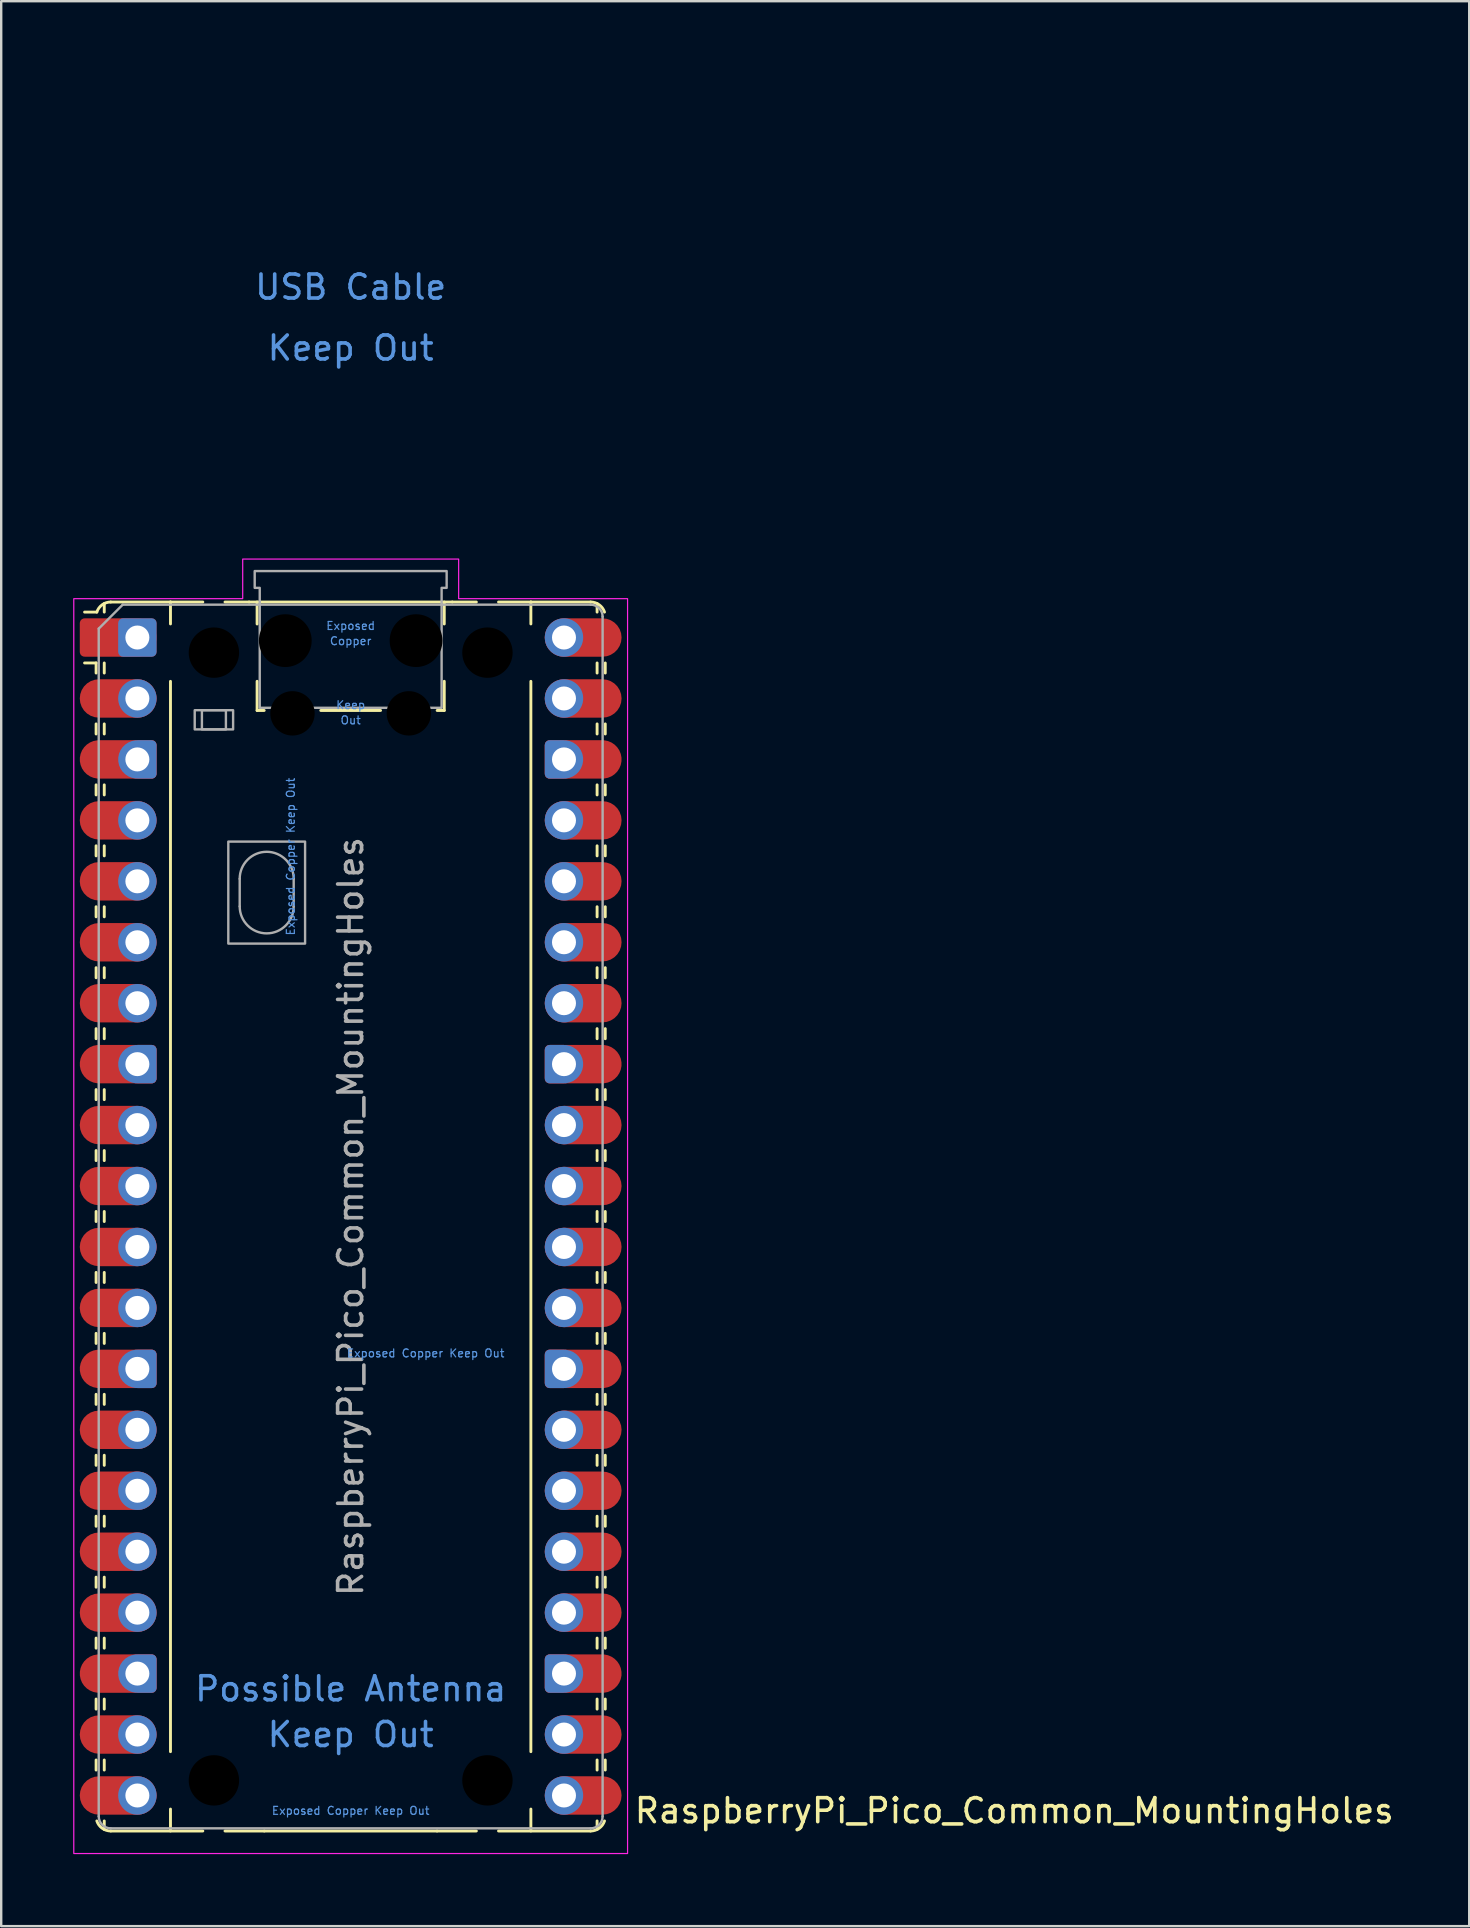
<source format=kicad_pcb>
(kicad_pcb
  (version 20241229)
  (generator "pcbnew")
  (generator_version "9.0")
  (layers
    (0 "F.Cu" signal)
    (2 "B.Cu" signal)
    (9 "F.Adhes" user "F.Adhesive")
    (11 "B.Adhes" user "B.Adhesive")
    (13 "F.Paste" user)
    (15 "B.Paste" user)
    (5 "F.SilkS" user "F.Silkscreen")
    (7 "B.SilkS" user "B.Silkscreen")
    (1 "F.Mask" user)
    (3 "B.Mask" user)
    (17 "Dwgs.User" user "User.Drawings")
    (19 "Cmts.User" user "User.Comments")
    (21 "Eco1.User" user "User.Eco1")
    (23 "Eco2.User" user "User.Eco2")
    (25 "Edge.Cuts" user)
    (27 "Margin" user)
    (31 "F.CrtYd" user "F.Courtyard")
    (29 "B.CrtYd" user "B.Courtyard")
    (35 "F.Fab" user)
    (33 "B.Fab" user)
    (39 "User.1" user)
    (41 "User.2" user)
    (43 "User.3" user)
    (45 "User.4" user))
  (footprint "RaspberryPi_Pico_Common_MountingHoles"
    (layer "F.Cu")
    (at 11.565 47.65)
    (property "Reference" "RaspberryPi_Pico_Common_MountingHoles" (at 11.748 24.765 0) (unlocked yes) (layer "F.SilkS") (effects (font (size 1 1) (thickness 0.15)) (justify left)))
    (attr through_hole)
    (fp_line (start -10.61 -23.07) (end -11.09 -23.07) (stroke (width 0.12) (type solid)) (layer "F.SilkS"))
    (fp_line (start -10.61 -23.07) (end -10.61 -22.65) (stroke (width 0.12) (type solid)) (layer "F.SilkS"))
    (fp_line (start -10.61 -20.53) (end -10.61 -20.11) (stroke (width 0.12) (type solid)) (layer "F.SilkS"))
    (fp_line (start -10.61 -17.99) (end -10.61 -17.57) (stroke (width 0.12) (type solid)) (layer "F.SilkS"))
    (fp_line (start -10.61 -15.45) (end -10.61 -15.03) (stroke (width 0.12) (type solid)) (layer "F.SilkS"))
    (fp_line (start -10.61 -12.91) (end -10.61 -12.49) (stroke (width 0.12) (type solid)) (layer "F.SilkS"))
    (fp_line (start -10.61 -10.37) (end -10.61 -9.95) (stroke (width 0.12) (type solid)) (layer "F.SilkS"))
    (fp_line (start -10.61 -7.83) (end -10.61 -7.41) (stroke (width 0.12) (type solid)) (layer "F.SilkS"))
    (fp_line (start -10.61 -5.29) (end -10.61 -4.87) (stroke (width 0.12) (type solid)) (layer "F.SilkS"))
    (fp_line (start -10.61 -2.75) (end -10.61 -2.33) (stroke (width 0.12) (type solid)) (layer "F.SilkS"))
    (fp_line (start -10.61 -0.21) (end -10.61 0.21) (stroke (width 0.12) (type solid)) (layer "F.SilkS"))
    (fp_line (start -10.61 2.33) (end -10.61 2.75) (stroke (width 0.12) (type solid)) (layer "F.SilkS"))
    (fp_line (start -10.61 4.87) (end -10.61 5.29) (stroke (width 0.12) (type solid)) (layer "F.SilkS"))
    (fp_line (start -10.61 7.41) (end -10.61 7.83) (stroke (width 0.12) (type solid)) (layer "F.SilkS"))
    (fp_line (start -10.61 9.95) (end -10.61 10.37) (stroke (width 0.12) (type solid)) (layer "F.SilkS"))
    (fp_line (start -10.61 12.49) (end -10.61 12.91) (stroke (width 0.12) (type solid)) (layer "F.SilkS"))
    (fp_line (start -10.61 15.03) (end -10.61 15.45) (stroke (width 0.12) (type solid)) (layer "F.SilkS"))
    (fp_line (start -10.61 17.57) (end -10.61 17.99) (stroke (width 0.12) (type solid)) (layer "F.SilkS"))
    (fp_line (start -10.61 20.11) (end -10.61 20.53) (stroke (width 0.12) (type solid)) (layer "F.SilkS"))
    (fp_line (start -10.61 22.65) (end -10.61 23.07) (stroke (width 0.12) (type solid)) (layer "F.SilkS"))
    (fp_line (start -10.58 -25.19) (end -11.09 -25.19) (stroke (width 0.12) (type solid)) (layer "F.SilkS"))
    (fp_line (start -10.27 -25.19) (end -10.27 -25.547) (stroke (width 0.12) (type solid)) (layer "F.SilkS"))
    (fp_line (start -10.27 -23.07) (end -10.27 -22.65) (stroke (width 0.12) (type solid)) (layer "F.SilkS"))
    (fp_line (start -10.27 -20.53) (end -10.27 -20.11) (stroke (width 0.12) (type solid)) (layer "F.SilkS"))
    (fp_line (start -10.27 -17.99) (end -10.27 -17.57) (stroke (width 0.12) (type solid)) (layer "F.SilkS"))
    (fp_line (start -10.27 -15.45) (end -10.27 -15.03) (stroke (width 0.12) (type solid)) (layer "F.SilkS"))
    (fp_line (start -10.27 -12.91) (end -10.27 -12.49) (stroke (width 0.12) (type solid)) (layer "F.SilkS"))
    (fp_line (start -10.27 -10.37) (end -10.27 -9.95) (stroke (width 0.12) (type solid)) (layer "F.SilkS"))
    (fp_line (start -10.27 -7.83) (end -10.27 -7.41) (stroke (width 0.12) (type solid)) (layer "F.SilkS"))
    (fp_line (start -10.27 -5.29) (end -10.27 -4.87) (stroke (width 0.12) (type solid)) (layer "F.SilkS"))
    (fp_line (start -10.27 -2.75) (end -10.27 -2.33) (stroke (width 0.12) (type solid)) (layer "F.SilkS"))
    (fp_line (start -10.27 -0.21) (end -10.27 0.21) (stroke (width 0.12) (type solid)) (layer "F.SilkS"))
    (fp_line (start -10.27 2.33) (end -10.27 2.75) (stroke (width 0.12) (type solid)) (layer "F.SilkS"))
    (fp_line (start -10.27 4.87) (end -10.27 5.29) (stroke (width 0.12) (type solid)) (layer "F.SilkS"))
    (fp_line (start -10.27 7.41) (end -10.27 7.83) (stroke (width 0.12) (type solid)) (layer "F.SilkS"))
    (fp_line (start -10.27 9.95) (end -10.27 10.37) (stroke (width 0.12) (type solid)) (layer "F.SilkS"))
    (fp_line (start -10.27 12.49) (end -10.27 12.91) (stroke (width 0.12) (type solid)) (layer "F.SilkS"))
    (fp_line (start -10.27 15.03) (end -10.27 15.45) (stroke (width 0.12) (type solid)) (layer "F.SilkS"))
    (fp_line (start -10.27 17.57) (end -10.27 17.99) (stroke (width 0.12) (type solid)) (layer "F.SilkS"))
    (fp_line (start -10.27 20.11) (end -10.27 20.53) (stroke (width 0.12) (type solid)) (layer "F.SilkS"))
    (fp_line (start -10.27 22.65) (end -10.27 23.07) (stroke (width 0.12) (type solid)) (layer "F.SilkS"))
    (fp_line (start -10.27 25.19) (end -10.27 25.547) (stroke (width 0.12) (type solid)) (layer "F.SilkS"))
    (fp_line (start -10 -25.61) (end -7.51 -25.61) (stroke (width 0.12) (type solid)) (layer "F.SilkS"))
    (fp_line (start -10 25.61) (end -6.162 25.61) (stroke (width 0.12) (type solid)) (layer "F.SilkS"))
    (fp_line (start -7.51 -25.61) (end -7.51 -24.696) (stroke (width 0.12) (type solid)) (layer "F.SilkS"))
    (fp_line (start -7.51 -25.61) (end -6.162 -25.61) (stroke (width 0.12) (type solid)) (layer "F.SilkS"))
    (fp_line (start -7.51 -22.304) (end -7.51 22.304) (stroke (width 0.12) (type solid)) (layer "F.SilkS"))
    (fp_line (start -7.51 24.696) (end -7.51 25.61) (stroke (width 0.12) (type solid)) (layer "F.SilkS"))
    (fp_line (start -5.238 -25.61) (end -4.235 -25.61) (stroke (width 0.12) (type solid)) (layer "F.SilkS"))
    (fp_line (start -4.235 -25.61) (end 4.235 -25.61) (stroke (width 0.12) (type solid)) (layer "F.SilkS"))
    (fp_line (start -3.9 -25.61) (end -3.9 -24.694) (stroke (width 0.12) (type solid)) (layer "F.SilkS"))
    (fp_line (start -3.9 -22.306) (end -3.9 -21.09) (stroke (width 0.12) (type solid)) (layer "F.SilkS"))
    (fp_line (start -3.9 -21.09) (end -3.604 -21.09) (stroke (width 0.12) (type solid)) (layer "F.SilkS"))
    (fp_line (start -3.6 25.61) (end -5.238 25.61) (stroke (width 0.12) (type solid)) (layer "F.SilkS"))
    (fp_line (start -1.246 -21.09) (end 1.246 -21.09) (stroke (width 0.12) (type solid)) (layer "F.SilkS"))
    (fp_line (start 3.6 25.61) (end -3.6 25.61) (stroke (width 0.12) (type solid)) (layer "F.SilkS"))
    (fp_line (start 3.604 -21.09) (end 3.9 -21.09) (stroke (width 0.12) (type solid)) (layer "F.SilkS"))
    (fp_line (start 3.9 -25.61) (end 3.9 -24.694) (stroke (width 0.12) (type solid)) (layer "F.SilkS"))
    (fp_line (start 3.9 -22.306) (end 3.9 -21.09) (stroke (width 0.12) (type solid)) (layer "F.SilkS"))
    (fp_line (start 4.235 -25.61) (end 5.238 -25.61) (stroke (width 0.12) (type solid)) (layer "F.SilkS"))
    (fp_line (start 5.238 25.61) (end 3.6 25.61) (stroke (width 0.12) (type solid)) (layer "F.SilkS"))
    (fp_line (start 6.162 -25.61) (end 7.51 -25.61) (stroke (width 0.12) (type solid)) (layer "F.SilkS"))
    (fp_line (start 6.162 25.61) (end 10 25.61) (stroke (width 0.12) (type solid)) (layer "F.SilkS"))
    (fp_line (start 7.51 -25.61) (end 7.51 -24.696) (stroke (width 0.12) (type solid)) (layer "F.SilkS"))
    (fp_line (start 7.51 -22.304) (end 7.51 22.304) (stroke (width 0.12) (type solid)) (layer "F.SilkS"))
    (fp_line (start 7.51 24.696) (end 7.51 25.61) (stroke (width 0.12) (type solid)) (layer "F.SilkS"))
    (fp_line (start 10 -25.61) (end 7.51 -25.61) (stroke (width 0.12) (type solid)) (layer "F.SilkS"))
    (fp_line (start 10.27 -25.19) (end 10.27 -25.547) (stroke (width 0.12) (type solid)) (layer "F.SilkS"))
    (fp_line (start 10.27 -23.07) (end 10.27 -22.65) (stroke (width 0.12) (type solid)) (layer "F.SilkS"))
    (fp_line (start 10.27 -20.53) (end 10.27 -20.11) (stroke (width 0.12) (type solid)) (layer "F.SilkS"))
    (fp_line (start 10.27 -17.99) (end 10.27 -17.57) (stroke (width 0.12) (type solid)) (layer "F.SilkS"))
    (fp_line (start 10.27 -15.45) (end 10.27 -15.03) (stroke (width 0.12) (type solid)) (layer "F.SilkS"))
    (fp_line (start 10.27 -12.91) (end 10.27 -12.49) (stroke (width 0.12) (type solid)) (layer "F.SilkS"))
    (fp_line (start 10.27 -10.37) (end 10.27 -9.95) (stroke (width 0.12) (type solid)) (layer "F.SilkS"))
    (fp_line (start 10.27 -7.83) (end 10.27 -7.41) (stroke (width 0.12) (type solid)) (layer "F.SilkS"))
    (fp_line (start 10.27 -5.29) (end 10.27 -4.87) (stroke (width 0.12) (type solid)) (layer "F.SilkS"))
    (fp_line (start 10.27 -2.75) (end 10.27 -2.33) (stroke (width 0.12) (type solid)) (layer "F.SilkS"))
    (fp_line (start 10.27 -0.21) (end 10.27 0.21) (stroke (width 0.12) (type solid)) (layer "F.SilkS"))
    (fp_line (start 10.27 2.33) (end 10.27 2.75) (stroke (width 0.12) (type solid)) (layer "F.SilkS"))
    (fp_line (start 10.27 4.87) (end 10.27 5.29) (stroke (width 0.12) (type solid)) (layer "F.SilkS"))
    (fp_line (start 10.27 7.41) (end 10.27 7.83) (stroke (width 0.12) (type solid)) (layer "F.SilkS"))
    (fp_line (start 10.27 9.95) (end 10.27 10.37) (stroke (width 0.12) (type solid)) (layer "F.SilkS"))
    (fp_line (start 10.27 12.49) (end 10.27 12.91) (stroke (width 0.12) (type solid)) (layer "F.SilkS"))
    (fp_line (start 10.27 15.03) (end 10.27 15.45) (stroke (width 0.12) (type solid)) (layer "F.SilkS"))
    (fp_line (start 10.27 17.57) (end 10.27 17.99) (stroke (width 0.12) (type solid)) (layer "F.SilkS"))
    (fp_line (start 10.27 20.11) (end 10.27 20.53) (stroke (width 0.12) (type solid)) (layer "F.SilkS"))
    (fp_line (start 10.27 22.65) (end 10.27 23.07) (stroke (width 0.12) (type solid)) (layer "F.SilkS"))
    (fp_line (start 10.27 25.19) (end 10.27 25.547) (stroke (width 0.12) (type solid)) (layer "F.SilkS"))
    (fp_line (start 10.61 -23.07) (end 10.61 -22.65) (stroke (width 0.12) (type solid)) (layer "F.SilkS"))
    (fp_line (start 10.61 -20.53) (end 10.61 -20.11) (stroke (width 0.12) (type solid)) (layer "F.SilkS"))
    (fp_line (start 10.61 -17.99) (end 10.61 -17.57) (stroke (width 0.12) (type solid)) (layer "F.SilkS"))
    (fp_line (start 10.61 -15.45) (end 10.61 -15.03) (stroke (width 0.12) (type solid)) (layer "F.SilkS"))
    (fp_line (start 10.61 -12.91) (end 10.61 -12.49) (stroke (width 0.12) (type solid)) (layer "F.SilkS"))
    (fp_line (start 10.61 -10.37) (end 10.61 -9.95) (stroke (width 0.12) (type solid)) (layer "F.SilkS"))
    (fp_line (start 10.61 -7.83) (end 10.61 -7.41) (stroke (width 0.12) (type solid)) (layer "F.SilkS"))
    (fp_line (start 10.61 -5.29) (end 10.61 -4.87) (stroke (width 0.12) (type solid)) (layer "F.SilkS"))
    (fp_line (start 10.61 -2.75) (end 10.61 -2.33) (stroke (width 0.12) (type solid)) (layer "F.SilkS"))
    (fp_line (start 10.61 -0.21) (end 10.61 0.21) (stroke (width 0.12) (type solid)) (layer "F.SilkS"))
    (fp_line (start 10.61 2.33) (end 10.61 2.75) (stroke (width 0.12) (type solid)) (layer "F.SilkS"))
    (fp_line (start 10.61 4.87) (end 10.61 5.29) (stroke (width 0.12) (type solid)) (layer "F.SilkS"))
    (fp_line (start 10.61 7.41) (end 10.61 7.83) (stroke (width 0.12) (type solid)) (layer "F.SilkS"))
    (fp_line (start 10.61 9.95) (end 10.61 10.37) (stroke (width 0.12) (type solid)) (layer "F.SilkS"))
    (fp_line (start 10.61 12.49) (end 10.61 12.91) (stroke (width 0.12) (type solid)) (layer "F.SilkS"))
    (fp_line (start 10.61 15.03) (end 10.61 15.45) (stroke (width 0.12) (type solid)) (layer "F.SilkS"))
    (fp_line (start 10.61 17.57) (end 10.61 17.99) (stroke (width 0.12) (type solid)) (layer "F.SilkS"))
    (fp_line (start 10.61 20.11) (end 10.61 20.53) (stroke (width 0.12) (type solid)) (layer "F.SilkS"))
    (fp_line (start 10.61 22.65) (end 10.61 23.07) (stroke (width 0.12) (type solid)) (layer "F.SilkS"))
    (fp_arc (start -10.579676 -25.19) (mid -10.357938 -25.493944) (end -10 -25.61) (stroke (width 0.12) (type solid)) (layer "F.SilkS"))
    (fp_arc (start -10 25.61) (mid -10.357937 25.493944) (end -10.579676 25.189937) (stroke (width 0.12) (type solid)) (layer "F.SilkS"))
    (fp_arc (start 10 -25.61) (mid 10.357937 -25.493944) (end 10.579676 -25.189937) (stroke (width 0.12) (type solid)) (layer "F.SilkS"))
    (fp_arc (start 10.579676 25.189937) (mid 10.357946 25.493957) (end 10 25.61) (stroke (width 0.12) (type solid)) (layer "F.SilkS"))
    (fp_poly (pts (xy -4.5 -27.4) (xy 4.5 -27.4) (xy 4.5 -25.75) (xy 11.54 -25.75) (xy 11.54 26.55) (xy -11.54 26.55) (xy -11.54 -25.75) (xy -4.5 -25.75)) (stroke (width 0.05) (type solid)) (fill no) (layer "F.CrtYd"))
    (fp_line (start -10.5 -24.5) (end -9.5 -25.5) (stroke (width 0.1) (type solid)) (layer "F.Fab"))
    (fp_line (start -10.5 25) (end -10.5 -24.5) (stroke (width 0.1) (type solid)) (layer "F.Fab"))
    (fp_line (start -9.5 -25.5) (end 10 -25.5) (stroke (width 0.1) (type solid)) (layer "F.Fab"))
    (fp_line (start -4.625 -14.075) (end -4.625 -12.925) (stroke (width 0.1) (type solid)) (layer "F.Fab"))
    (fp_line (start -2.375 -14.075) (end -2.375 -12.925) (stroke (width 0.1) (type solid)) (layer "F.Fab"))
    (fp_line (start 10 25.5) (end -10 25.5) (stroke (width 0.1) (type solid)) (layer "F.Fab"))
    (fp_line (start 10.5 -25) (end 10.5 25) (stroke (width 0.1) (type solid)) (layer "F.Fab"))
    (fp_rect (start -6.5 -21.1) (end -4.9 -20.3) (stroke (width 0.1) (type solid)) (fill no) (layer "F.Fab"))
    (fp_rect (start -6.2 -21.1) (end -5.2 -20.3) (stroke (width 0.1) (type solid)) (fill no) (layer "F.Fab"))
    (fp_rect (start -5.1 -15.625) (end -1.9 -11.375) (stroke (width 0.1) (type solid)) (fill no) (layer "F.Fab"))
    (fp_arc (start -10 25.5) (mid -10.353553 25.353553) (end -10.5 25) (stroke (width 0.1) (type solid)) (layer "F.Fab"))
    (fp_arc (start -4.625 -14.075) (mid -3.5 -15.2) (end -2.375 -14.075) (stroke (width 0.1) (type solid)) (layer "F.Fab"))
    (fp_arc (start -2.375 -12.925) (mid -3.5 -11.8) (end -4.625 -12.925) (stroke (width 0.1) (type solid)) (layer "F.Fab"))
    (fp_arc (start 10 -25.5) (mid 10.353553 -25.353553) (end 10.5 -25) (stroke (width 0.1) (type solid)) (layer "F.Fab"))
    (fp_arc (start 10.5 25) (mid 10.353553 25.353553) (end 10 25.5) (stroke (width 0.1) (type solid)) (layer "F.Fab"))
    (fp_poly (pts (xy 3.79 -21.2) (xy 3.79 -26.2) (xy 4 -26.2) (xy 4 -26.9) (xy -4 -26.9) (xy -4 -26.2) (xy -3.79 -26.2) (xy -3.79 -21.2)) (stroke (width 0.1) (type solid)) (fill no) (layer "F.Fab"))
    (fp_text user "Exposed Copper Keep Out" (at 0 24.765 0) (unlocked yes) (layer "Cmts.User") (effects (font (size 0.333 0.333) (thickness 0.05))))
    (fp_text user "Keep Out" (at 0 21.59 0) (unlocked yes) (layer "Cmts.User") (effects (font (size 1 1) (thickness 0.15))))
    (fp_text user "Possible Antenna" (at 0 19.685 0) (unlocked yes) (layer "Cmts.User") (effects (font (size 1 1) (thickness 0.15))))
    (fp_text user "Exposed Copper Keep Out" (at -2.5 -15 90) (unlocked yes) (layer "Cmts.User") (effects (font (size 0.333 0.333) (thickness 0.05))))
    (fp_text user "Exposed" (at 0 -24.617 0) (unlocked yes) (layer "Cmts.User") (effects (font (size 0.333 0.333) (thickness 0.05))))
    (fp_text user "Out" (at 0 -20.683 0) (unlocked yes) (layer "Cmts.User") (effects (font (size 0.333 0.333) (thickness 0.05))))
    (fp_text user "Exposed Copper Keep Out" (at 3.124 5.7 0) (unlocked yes) (layer "Cmts.User") (effects (font (size 0.333 0.333) (thickness 0.05))))
    (fp_text user "Keep" (at 0 -21.317 0) (unlocked yes) (layer "Cmts.User") (effects (font (size 0.333 0.333) (thickness 0.05))))
    (fp_text user "Copper" (at 0 -23.983 0) (unlocked yes) (layer "Cmts.User") (effects (font (size 0.333 0.333) (thickness 0.05))))
    (fp_text user "Keep Out" (at 0 -36.195 0) (unlocked yes) (layer "Cmts.User") (effects (font (size 1 1) (thickness 0.15))))
    (fp_text user "USB Cable" (at 0 -38.735 0) (unlocked yes) (layer "Cmts.User") (effects (font (size 1 1) (thickness 0.15))))
    (fp_text user "${REFERENCE}" (at 0 0 90) (layer "F.Fab") (effects (font (size 1 1) (thickness 0.15))))
    (pad "" np_thru_hole circle (at -5.7 -23.5) (size 3.8 3.8) (drill 2.1) (layers "*.Mask"))
    (pad "" np_thru_hole circle (at -5.7 23.5) (size 3.8 3.8) (drill 2.1) (layers "*.Mask"))
    (pad "" np_thru_hole circle (at -2.725 -24) (size 2.2 2.2) (drill 2.2) (layers "*.Mask"))
    (pad "" np_thru_hole circle (at -2.425 -20.97) (size 1.85 1.85) (drill 1.85) (layers "*.Mask"))
    (pad "" np_thru_hole circle (at 2.425 -20.97) (size 1.85 1.85) (drill 1.85) (layers "*.Mask"))
    (pad "" np_thru_hole circle (at 2.725 -24) (size 2.2 2.2) (drill 2.2) (layers "*.Mask"))
    (pad "" np_thru_hole circle (at 5.7 -23.5) (size 3.8 3.8) (drill 2.1) (layers "*.Mask"))
    (pad "" np_thru_hole circle (at 5.7 23.5) (size 3.8 3.8) (drill 2.1) (layers "*.Mask"))
    (pad "1" thru_hole roundrect (at -8.89 -24.13) (size 1.6 1.6) (drill 1) (layers "*.Cu" "*.Mask") (roundrect_rratio 0.125))
    (pad "1" smd custom (at -8.89 -24.13) (size 1.6 1.6) (layers "F.Cu" "F.Mask") (options (anchor circle)) (primitives (gr_poly (pts (xy -2.4 0.6) (xy -2.4 -0.6) (xy -2.2 -0.8) (xy 0 -0.8) (xy 0 0.8) (xy -2.2 0.8)) (width 0) (fill yes)) (gr_circle (center -2.2 0.6) (end -2 0.6) (width 0) (fill yes)) (gr_circle (center -2.2 -0.6) (end -2 -0.6) (width 0) (fill yes))))
    (pad "2" thru_hole circle (at -8.89 -21.59) (size 1.6 1.6) (drill 1) (layers "*.Cu" "*.Mask"))
    (pad "2" smd roundrect (at -8.89 -21.59) (size 3.2 1.6) (drill (offset -0.8 0)) (layers "F.Cu" "F.Mask") (roundrect_rratio 0.5))
    (pad "3" smd custom (at -8.89 -19.05) (size 1.6 1.6) (layers "F.Cu" "F.Mask") (options (anchor circle)) (primitives (gr_poly (pts (xy 0.8 -0.6) (xy 0.8 0.6) (xy 0.6 0.8) (xy -1.6 0.8) (xy -1.6 -0.8) (xy 0.6 -0.8)) (width 0) (fill yes)) (gr_circle (center 0.6 0.6) (end 0.8 0.6) (width 0) (fill yes)) (gr_circle (center 0.6 -0.6) (end 0.8 -0.6) (width 0) (fill yes)) (gr_circle (center -1.6 0) (end -0.8 0) (width 0) (fill yes))))
    (pad "3" thru_hole custom (at -8.89 -19.05) (size 1.6 1.6) (drill 1) (layers "*.Cu" "*.Mask") (options (anchor circle)) (primitives (gr_poly (pts (xy 0.8 0.6) (xy 0.8 -0.6) (xy 0.6 -0.8) (xy 0 -0.8) (xy 0 0.8) (xy 0.6 0.8)) (width 0) (fill yes)) (gr_circle (center 0.6 0.6) (end 0.8 0.6) (width 0) (fill yes)) (gr_circle (center 0.6 -0.6) (end 0.8 -0.6) (width 0) (fill yes))))
    (pad "4" thru_hole circle (at -8.89 -16.51) (size 1.6 1.6) (drill 1) (layers "*.Cu" "*.Mask"))
    (pad "4" smd roundrect (at -8.89 -16.51) (size 3.2 1.6) (drill (offset -0.8 0)) (layers "F.Cu" "F.Mask") (roundrect_rratio 0.5))
    (pad "5" thru_hole circle (at -8.89 -13.97) (size 1.6 1.6) (drill 1) (layers "*.Cu" "*.Mask"))
    (pad "5" smd roundrect (at -8.89 -13.97) (size 3.2 1.6) (drill (offset -0.8 0)) (layers "F.Cu" "F.Mask") (roundrect_rratio 0.5))
    (pad "6" thru_hole circle (at -8.89 -11.43) (size 1.6 1.6) (drill 1) (layers "*.Cu" "*.Mask"))
    (pad "6" smd roundrect (at -8.89 -11.43) (size 3.2 1.6) (drill (offset -0.8 0)) (layers "F.Cu" "F.Mask") (roundrect_rratio 0.5))
    (pad "7" thru_hole circle (at -8.89 -8.89) (size 1.6 1.6) (drill 1) (layers "*.Cu" "*.Mask"))
    (pad "7" smd roundrect (at -8.89 -8.89) (size 3.2 1.6) (drill (offset -0.8 0)) (layers "F.Cu" "F.Mask") (roundrect_rratio 0.5))
    (pad "8" smd custom (at -8.89 -6.35) (size 1.6 1.6) (layers "F.Cu" "F.Mask") (options (anchor circle)) (primitives (gr_poly (pts (xy 0.8 -0.6) (xy 0.8 0.6) (xy 0.6 0.8) (xy -1.6 0.8) (xy -1.6 -0.8) (xy 0.6 -0.8)) (width 0) (fill yes)) (gr_circle (center 0.6 0.6) (end 0.8 0.6) (width 0) (fill yes)) (gr_circle (center 0.6 -0.6) (end 0.8 -0.6) (width 0) (fill yes)) (gr_circle (center -1.6 0) (end -0.8 0) (width 0) (fill yes))))
    (pad "8" thru_hole custom (at -8.89 -6.35) (size 1.6 1.6) (drill 1) (layers "*.Cu" "*.Mask") (options (anchor circle)) (primitives (gr_poly (pts (xy 0.8 0.6) (xy 0.8 -0.6) (xy 0.6 -0.8) (xy 0 -0.8) (xy 0 0.8) (xy 0.6 0.8)) (width 0) (fill yes)) (gr_circle (center 0.6 0.6) (end 0.8 0.6) (width 0) (fill yes)) (gr_circle (center 0.6 -0.6) (end 0.8 -0.6) (width 0) (fill yes))))
    (pad "9" thru_hole circle (at -8.89 -3.81) (size 1.6 1.6) (drill 1) (layers "*.Cu" "*.Mask"))
    (pad "9" smd roundrect (at -8.89 -3.81) (size 3.2 1.6) (drill (offset -0.8 0)) (layers "F.Cu" "F.Mask") (roundrect_rratio 0.5))
    (pad "10" thru_hole circle (at -8.89 -1.27) (size 1.6 1.6) (drill 1) (layers "*.Cu" "*.Mask"))
    (pad "10" smd roundrect (at -8.89 -1.27) (size 3.2 1.6) (drill (offset -0.8 0)) (layers "F.Cu" "F.Mask") (roundrect_rratio 0.5))
    (pad "11" thru_hole circle (at -8.89 1.27) (size 1.6 1.6) (drill 1) (layers "*.Cu" "*.Mask"))
    (pad "11" smd roundrect (at -8.89 1.27) (size 3.2 1.6) (drill (offset -0.8 0)) (layers "F.Cu" "F.Mask") (roundrect_rratio 0.5))
    (pad "12" thru_hole circle (at -8.89 3.81) (size 1.6 1.6) (drill 1) (layers "*.Cu" "*.Mask"))
    (pad "12" smd roundrect (at -8.89 3.81) (size 3.2 1.6) (drill (offset -0.8 0)) (layers "F.Cu" "F.Mask") (roundrect_rratio 0.5))
    (pad "13" smd custom (at -8.89 6.35) (size 1.6 1.6) (layers "F.Cu" "F.Mask") (options (anchor circle)) (primitives (gr_poly (pts (xy 0.8 -0.6) (xy 0.8 0.6) (xy 0.6 0.8) (xy -1.6 0.8) (xy -1.6 -0.8) (xy 0.6 -0.8)) (width 0) (fill yes)) (gr_circle (center 0.6 0.6) (end 0.8 0.6) (width 0) (fill yes)) (gr_circle (center 0.6 -0.6) (end 0.8 -0.6) (width 0) (fill yes)) (gr_circle (center -1.6 0) (end -0.8 0) (width 0) (fill yes))))
    (pad "13" thru_hole custom (at -8.89 6.35) (size 1.6 1.6) (drill 1) (layers "*.Cu" "*.Mask") (options (anchor circle)) (primitives (gr_poly (pts (xy 0.8 0.6) (xy 0.8 -0.6) (xy 0.6 -0.8) (xy 0 -0.8) (xy 0 0.8) (xy 0.6 0.8)) (width 0) (fill yes)) (gr_circle (center 0.6 0.6) (end 0.8 0.6) (width 0) (fill yes)) (gr_circle (center 0.6 -0.6) (end 0.8 -0.6) (width 0) (fill yes))))
    (pad "14" thru_hole circle (at -8.89 8.89) (size 1.6 1.6) (drill 1) (layers "*.Cu" "*.Mask"))
    (pad "14" smd roundrect (at -8.89 8.89) (size 3.2 1.6) (drill (offset -0.8 0)) (layers "F.Cu" "F.Mask") (roundrect_rratio 0.5))
    (pad "15" thru_hole circle (at -8.89 11.43) (size 1.6 1.6) (drill 1) (layers "*.Cu" "*.Mask"))
    (pad "15" smd roundrect (at -8.89 11.43) (size 3.2 1.6) (drill (offset -0.8 0)) (layers "F.Cu" "F.Mask") (roundrect_rratio 0.5))
    (pad "16" thru_hole circle (at -8.89 13.97) (size 1.6 1.6) (drill 1) (layers "*.Cu" "*.Mask"))
    (pad "16" smd roundrect (at -8.89 13.97) (size 3.2 1.6) (drill (offset -0.8 0)) (layers "F.Cu" "F.Mask") (roundrect_rratio 0.5))
    (pad "17" thru_hole circle (at -8.89 16.51) (size 1.6 1.6) (drill 1) (layers "*.Cu" "*.Mask"))
    (pad "17" smd roundrect (at -8.89 16.51) (size 3.2 1.6) (drill (offset -0.8 0)) (layers "F.Cu" "F.Mask") (roundrect_rratio 0.5))
    (pad "18" smd custom (at -8.89 19.05) (size 1.6 1.6) (layers "F.Cu" "F.Mask") (options (anchor circle)) (primitives (gr_poly (pts (xy 0.8 -0.6) (xy 0.8 0.6) (xy 0.6 0.8) (xy -1.6 0.8) (xy -1.6 -0.8) (xy 0.6 -0.8)) (width 0) (fill yes)) (gr_circle (center 0.6 0.6) (end 0.8 0.6) (width 0) (fill yes)) (gr_circle (center 0.6 -0.6) (end 0.8 -0.6) (width 0) (fill yes)) (gr_circle (center -1.6 0) (end -0.8 0) (width 0) (fill yes))))
    (pad "18" thru_hole custom (at -8.89 19.05) (size 1.6 1.6) (drill 1) (layers "*.Cu" "*.Mask") (options (anchor circle)) (primitives (gr_poly (pts (xy 0.8 0.6) (xy 0.8 -0.6) (xy 0.6 -0.8) (xy 0 -0.8) (xy 0 0.8) (xy 0.6 0.8)) (width 0) (fill yes)) (gr_circle (center 0.6 0.6) (end 0.8 0.6) (width 0) (fill yes)) (gr_circle (center 0.6 -0.6) (end 0.8 -0.6) (width 0) (fill yes))))
    (pad "19" thru_hole circle (at -8.89 21.59) (size 1.6 1.6) (drill 1) (layers "*.Cu" "*.Mask"))
    (pad "19" smd roundrect (at -8.89 21.59) (size 3.2 1.6) (drill (offset -0.8 0)) (layers "F.Cu" "F.Mask") (roundrect_rratio 0.5))
    (pad "20" thru_hole circle (at -8.89 24.13) (size 1.6 1.6) (drill 1) (layers "*.Cu" "*.Mask"))
    (pad "20" smd roundrect (at -8.89 24.13) (size 3.2 1.6) (drill (offset -0.8 0)) (layers "F.Cu" "F.Mask") (roundrect_rratio 0.5))
    (pad "21" thru_hole circle (at 8.89 24.13) (size 1.6 1.6) (drill 1) (layers "*.Cu" "*.Mask"))
    (pad "21" smd roundrect (at 8.89 24.13) (size 3.2 1.6) (drill (offset 0.8 0)) (layers "F.Cu" "F.Mask") (roundrect_rratio 0.5))
    (pad "22" thru_hole circle (at 8.89 21.59) (size 1.6 1.6) (drill 1) (layers "*.Cu" "*.Mask"))
    (pad "22" smd roundrect (at 8.89 21.59) (size 3.2 1.6) (drill (offset 0.8 0)) (layers "F.Cu" "F.Mask") (roundrect_rratio 0.5))
    (pad "23" smd custom (at 8.89 19.05) (size 1.6 1.6) (layers "F.Cu" "F.Mask") (options (anchor circle)) (primitives (gr_poly (pts (xy -0.8 -0.6) (xy -0.8 0.6) (xy -0.6 0.8) (xy 1.6 0.8) (xy 1.6 -0.8) (xy -0.6 -0.8)) (width 0) (fill yes)) (gr_circle (center -0.6 0.6) (end -0.4 0.6) (width 0) (fill yes)) (gr_circle (center -0.6 -0.6) (end -0.4 -0.6) (width 0) (fill yes)) (gr_circle (center 1.6 0) (end 2.4 0) (width 0) (fill yes))))
    (pad "23" thru_hole custom (at 8.89 19.05) (size 1.6 1.6) (drill 1) (layers "*.Cu" "*.Mask") (options (anchor circle)) (primitives (gr_poly (pts (xy -0.8 0.6) (xy -0.8 -0.6) (xy -0.6 -0.8) (xy 0 -0.8) (xy 0 0.8) (xy -0.6 0.8)) (width 0) (fill yes)) (gr_circle (center -0.6 0.6) (end -0.4 0.6) (width 0) (fill yes)) (gr_circle (center -0.6 -0.6) (end -0.4 -0.6) (width 0) (fill yes))))
    (pad "24" thru_hole circle (at 8.89 16.51) (size 1.6 1.6) (drill 1) (layers "*.Cu" "*.Mask"))
    (pad "24" smd roundrect (at 8.89 16.51) (size 3.2 1.6) (drill (offset 0.8 0)) (layers "F.Cu" "F.Mask") (roundrect_rratio 0.5))
    (pad "25" thru_hole circle (at 8.89 13.97) (size 1.6 1.6) (drill 1) (layers "*.Cu" "*.Mask"))
    (pad "25" smd roundrect (at 8.89 13.97) (size 3.2 1.6) (drill (offset 0.8 0)) (layers "F.Cu" "F.Mask") (roundrect_rratio 0.5))
    (pad "26" thru_hole circle (at 8.89 11.43) (size 1.6 1.6) (drill 1) (layers "*.Cu" "*.Mask"))
    (pad "26" smd roundrect (at 8.89 11.43) (size 3.2 1.6) (drill (offset 0.8 0)) (layers "F.Cu" "F.Mask") (roundrect_rratio 0.5))
    (pad "27" thru_hole circle (at 8.89 8.89) (size 1.6 1.6) (drill 1) (layers "*.Cu" "*.Mask"))
    (pad "27" smd roundrect (at 8.89 8.89) (size 3.2 1.6) (drill (offset 0.8 0)) (layers "F.Cu" "F.Mask") (roundrect_rratio 0.5))
    (pad "28" smd custom (at 8.89 6.35) (size 1.6 1.6) (layers "F.Cu" "F.Mask") (options (anchor circle)) (primitives (gr_poly (pts (xy -0.8 -0.6) (xy -0.8 0.6) (xy -0.6 0.8) (xy 1.6 0.8) (xy 1.6 -0.8) (xy -0.6 -0.8)) (width 0) (fill yes)) (gr_circle (center -0.6 0.6) (end -0.4 0.6) (width 0) (fill yes)) (gr_circle (center -0.6 -0.6) (end -0.4 -0.6) (width 0) (fill yes)) (gr_circle (center 1.6 0) (end 2.4 0) (width 0) (fill yes))))
    (pad "28" thru_hole custom (at 8.89 6.35) (size 1.6 1.6) (drill 1) (layers "*.Cu" "*.Mask") (options (anchor circle)) (primitives (gr_poly (pts (xy -0.8 0.6) (xy -0.8 -0.6) (xy -0.6 -0.8) (xy 0 -0.8) (xy 0 0.8) (xy -0.6 0.8)) (width 0) (fill yes)) (gr_circle (center -0.6 0.6) (end -0.4 0.6) (width 0) (fill yes)) (gr_circle (center -0.6 -0.6) (end -0.4 -0.6) (width 0) (fill yes))))
    (pad "29" thru_hole circle (at 8.89 3.81) (size 1.6 1.6) (drill 1) (layers "*.Cu" "*.Mask"))
    (pad "29" smd roundrect (at 8.89 3.81) (size 3.2 1.6) (drill (offset 0.8 0)) (layers "F.Cu" "F.Mask") (roundrect_rratio 0.5))
    (pad "30" thru_hole circle (at 8.89 1.27) (size 1.6 1.6) (drill 1) (layers "*.Cu" "*.Mask"))
    (pad "30" smd roundrect (at 8.89 1.27) (size 3.2 1.6) (drill (offset 0.8 0)) (layers "F.Cu" "F.Mask") (roundrect_rratio 0.5))
    (pad "31" thru_hole circle (at 8.89 -1.27) (size 1.6 1.6) (drill 1) (layers "*.Cu" "*.Mask"))
    (pad "31" smd roundrect (at 8.89 -1.27) (size 3.2 1.6) (drill (offset 0.8 0)) (layers "F.Cu" "F.Mask") (roundrect_rratio 0.5))
    (pad "32" thru_hole circle (at 8.89 -3.81) (size 1.6 1.6) (drill 1) (layers "*.Cu" "*.Mask"))
    (pad "32" smd roundrect (at 8.89 -3.81) (size 3.2 1.6) (drill (offset 0.8 0)) (layers "F.Cu" "F.Mask") (roundrect_rratio 0.5))
    (pad "33" smd custom (at 8.89 -6.35) (size 1.6 1.6) (layers "F.Cu" "F.Mask") (options (anchor circle)) (primitives (gr_poly (pts (xy -0.8 -0.6) (xy -0.8 0.6) (xy -0.6 0.8) (xy 1.6 0.8) (xy 1.6 -0.8) (xy -0.6 -0.8)) (width 0) (fill yes)) (gr_circle (center -0.6 0.6) (end -0.4 0.6) (width 0) (fill yes)) (gr_circle (center -0.6 -0.6) (end -0.4 -0.6) (width 0) (fill yes)) (gr_circle (center 1.6 0) (end 2.4 0) (width 0) (fill yes))))
    (pad "33" thru_hole custom (at 8.89 -6.35) (size 1.6 1.6) (drill 1) (layers "*.Cu" "*.Mask") (options (anchor circle)) (primitives (gr_poly (pts (xy -0.8 0.6) (xy -0.8 -0.6) (xy -0.6 -0.8) (xy 0 -0.8) (xy 0 0.8) (xy -0.6 0.8)) (width 0) (fill yes)) (gr_circle (center -0.6 0.6) (end -0.4 0.6) (width 0) (fill yes)) (gr_circle (center -0.6 -0.6) (end -0.4 -0.6) (width 0) (fill yes))))
    (pad "34" thru_hole circle (at 8.89 -8.89) (size 1.6 1.6) (drill 1) (layers "*.Cu" "*.Mask"))
    (pad "34" smd roundrect (at 8.89 -8.89) (size 3.2 1.6) (drill (offset 0.8 0)) (layers "F.Cu" "F.Mask") (roundrect_rratio 0.5))
    (pad "35" thru_hole circle (at 8.89 -11.43) (size 1.6 1.6) (drill 1) (layers "*.Cu" "*.Mask"))
    (pad "35" smd roundrect (at 8.89 -11.43) (size 3.2 1.6) (drill (offset 0.8 0)) (layers "F.Cu" "F.Mask") (roundrect_rratio 0.5))
    (pad "36" thru_hole circle (at 8.89 -13.97) (size 1.6 1.6) (drill 1) (layers "*.Cu" "*.Mask"))
    (pad "36" smd roundrect (at 8.89 -13.97) (size 3.2 1.6) (drill (offset 0.8 0)) (layers "F.Cu" "F.Mask") (roundrect_rratio 0.5))
    (pad "37" thru_hole circle (at 8.89 -16.51) (size 1.6 1.6) (drill 1) (layers "*.Cu" "*.Mask"))
    (pad "37" smd roundrect (at 8.89 -16.51) (size 3.2 1.6) (drill (offset 0.8 0)) (layers "F.Cu" "F.Mask") (roundrect_rratio 0.5))
    (pad "38" smd custom (at 8.89 -19.05) (size 1.6 1.6) (layers "F.Cu" "F.Mask") (options (anchor circle)) (primitives (gr_poly (pts (xy -0.8 -0.6) (xy -0.8 0.6) (xy -0.6 0.8) (xy 1.6 0.8) (xy 1.6 -0.8) (xy -0.6 -0.8)) (width 0) (fill yes)) (gr_circle (center -0.6 0.6) (end -0.4 0.6) (width 0) (fill yes)) (gr_circle (center -0.6 -0.6) (end -0.4 -0.6) (width 0) (fill yes)) (gr_circle (center 1.6 0) (end 2.4 0) (width 0) (fill yes))))
    (pad "38" thru_hole custom (at 8.89 -19.05) (size 1.6 1.6) (drill 1) (layers "*.Cu" "*.Mask") (options (anchor circle)) (primitives (gr_poly (pts (xy -0.8 0.6) (xy -0.8 -0.6) (xy -0.6 -0.8) (xy 0 -0.8) (xy 0 0.8) (xy -0.6 0.8)) (width 0) (fill yes)) (gr_circle (center -0.6 0.6) (end -0.4 0.6) (width 0) (fill yes)) (gr_circle (center -0.6 -0.6) (end -0.4 -0.6) (width 0) (fill yes))))
    (pad "39" thru_hole circle (at 8.89 -21.59) (size 1.6 1.6) (drill 1) (layers "*.Cu" "*.Mask"))
    (pad "39" smd roundrect (at 8.89 -21.59) (size 3.2 1.6) (drill (offset 0.8 0)) (layers "F.Cu" "F.Mask") (roundrect_rratio 0.5))
    (pad "40" thru_hole circle (at 8.89 -24.13) (size 1.6 1.6) (drill 1) (layers "*.Cu" "*.Mask"))
    (pad "40" smd roundrect (at 8.89 -24.13) (size 3.2 1.6) (drill (offset 0.8 0)) (layers "F.Cu" "F.Mask") (roundrect_rratio 0.5))
    (zone (net_name "") (layers "F.Cu" "B.Cu" "F.Paste" "B.Paste") (name "Antenna Copper Keep Out") (hatch full 0.5) (connect_pads) (min_thickness 0.254) (filled_areas_thickness no) (keepout (tracks not_allowed) (vias not_allowed) (pads not_allowed) (copperpour not_allowed) (footprints allowed)) (placement (enabled no)) (fill) (polygon (pts (xy 9.165 72.64) (xy 4.465 68.99) (xy 4.465 64.65) (xy 18.665 64.65) (xy 18.665 68.99) (xy 13.965 72.64) (xy 13.965 73.65) (xy 9.165 73.65))))
    (zone (net_name "") (layers "F.Cu" "F.Paste") (name "Pad Keep Out D1-W") (hatch full 0.5) (connect_pads) (min_thickness 0.25) (filled_areas_thickness no) (keepout (tracks not_allowed) (vias not_allowed) (pads not_allowed) (copperpour not_allowed) (footprints allowed)) (placement (enabled no)) (fill) (polygon (pts (xy 11.194 52.45) (xy 11.249 52.395) (xy 11.322 52.365) (xy 11.362 52.363) (xy 12.149 52.363) (xy 12.149 54.337) (xy 11.362 54.337) (xy 11.322 54.335) (xy 11.249 54.305) (xy 11.194 54.25) (xy 11.164 54.177) (xy 11.162 54.137) (xy 11.162 52.563) (xy 11.164 52.523))))
    (zone (net_name "") (layers "F.Cu" "F.Paste") (name "Pad Keep Out D1-W") (hatch full 0.5) (connect_pads) (min_thickness 0.25) (filled_areas_thickness no) (keepout (tracks not_allowed) (vias not_allowed) (pads not_allowed) (copperpour not_allowed) (footprints allowed)) (placement (enabled no)) (fill) (polygon (pts (xy 12.937 54.337) (xy 12.149 54.337) (xy 12.149 52.363) (xy 12.937 52.363) (xy 12.976 52.365) (xy 13.049 52.395) (xy 13.104 52.45) (xy 13.135 52.523) (xy 13.136 52.563) (xy 13.136 54.137) (xy 13.135 54.177) (xy 13.104 54.25) (xy 13.049 54.305) (xy 12.976 54.335))))
    (zone (net_name "") (layers "F.Cu" "F.Paste") (name "Pad Keep Out TP4") (hatch full 0.5) (connect_pads) (min_thickness 0.25) (filled_areas_thickness no) (keepout (tracks not_allowed) (vias not_allowed) (pads not_allowed) (copperpour not_allowed) (footprints allowed)) (placement (enabled no)) (fill) (polygon (pts (xy 8.549 31.098) (xy 8.423 31.064) (xy 8.309 30.998) (xy 8.217 30.906) (xy 8.151 30.792) (xy 8.117 30.666) (xy 8.115 30.6) (xy 8.115 30.15) (xy 10.015 30.15) (xy 10.015 30.6) (xy 10.013 30.666) (xy 9.979 30.792) (xy 9.913 30.906) (xy 9.821 30.998) (xy 9.707 31.064) (xy 9.581 31.098) (xy 9.515 31.1) (xy 8.615 31.1))))
    (zone (net_name "") (layers "F.Cu" "F.Paste") (name "Pad Keep Out TP5") (hatch full 0.5) (connect_pads) (min_thickness 0.25) (filled_areas_thickness no) (keepout (tracks not_allowed) (vias not_allowed) (pads not_allowed) (copperpour not_allowed) (footprints allowed)) (placement (enabled no)) (fill) (polygon (pts (xy 8.549 33.598) (xy 8.423 33.564) (xy 8.309 33.498) (xy 8.217 33.406) (xy 8.151 33.292) (xy 8.117 33.166) (xy 8.115 33.1) (xy 8.115 32.65) (xy 10.015 32.65) (xy 10.015 33.1) (xy 10.013 33.166) (xy 9.979 33.292) (xy 9.913 33.406) (xy 9.821 33.498) (xy 9.707 33.564) (xy 9.581 33.598) (xy 9.515 33.6) (xy 8.615 33.6))))
    (zone (net_name "") (layers "F.Cu" "F.Paste") (name "Pad Keep Out TP6") (hatch full 0.5) (connect_pads) (min_thickness 0.25) (filled_areas_thickness no) (keepout (tracks not_allowed) (vias not_allowed) (pads not_allowed) (copperpour not_allowed) (footprints allowed)) (placement (enabled no)) (fill) (polygon (pts (xy 8.549 36.098) (xy 8.423 36.064) (xy 8.309 35.998) (xy 8.217 35.906) (xy 8.151 35.792) (xy 8.117 35.666) (xy 8.115 35.6) (xy 8.115 35.15) (xy 10.015 35.15) (xy 10.015 35.6) (xy 10.013 35.666) (xy 9.979 35.792) (xy 9.913 35.906) (xy 9.821 35.998) (xy 9.707 36.064) (xy 9.581 36.098) (xy 9.515 36.1) (xy 8.615 36.1))))
    (zone (net_name "") (layers "F.Cu" "F.Paste") (name "Pad Keep Out TP3") (hatch full 0.5) (connect_pads) (min_thickness 0.25) (filled_areas_thickness no) (keepout (tracks not_allowed) (vias not_allowed) (pads not_allowed) (copperpour not_allowed) (footprints allowed)) (placement (enabled no)) (fill) (polygon (pts (xy 9.617 22.834) (xy 9.651 22.708) (xy 9.717 22.594) (xy 9.809 22.502) (xy 9.923 22.436) (xy 10.049 22.402) (xy 10.115 22.4) (xy 10.565 22.4) (xy 10.565 24.3) (xy 10.115 24.3) (xy 10.049 24.298) (xy 9.923 24.264) (xy 9.809 24.198) (xy 9.717 24.106) (xy 9.651 23.992) (xy 9.617 23.866) (xy 9.615 23.8) (xy 9.615 22.9))))
    (zone (net_name "") (layers "F.Cu" "F.Paste") (name "Pad Keep Out TP4") (hatch full 0.5) (connect_pads) (min_thickness 0.25) (filled_areas_thickness no) (keepout (tracks not_allowed) (vias not_allowed) (pads not_allowed) (copperpour not_allowed) (footprints allowed)) (placement (enabled no)) (fill) (polygon (pts (xy 10.015 30.15) (xy 10.015 29.7) (xy 10.013 29.634) (xy 9.979 29.508) (xy 9.913 29.394) (xy 9.821 29.302) (xy 9.707 29.236) (xy 9.581 29.202) (xy 9.515 29.2) (xy 8.615 29.2) (xy 8.549 29.202) (xy 8.423 29.236) (xy 8.309 29.302) (xy 8.217 29.394) (xy 8.151 29.508) (xy 8.117 29.634) (xy 8.115 29.7) (xy 8.115 30.15))))
    (zone (net_name "") (layers "F.Cu" "F.Paste") (name "Pad Keep Out TP5") (hatch full 0.5) (connect_pads) (min_thickness 0.25) (filled_areas_thickness no) (keepout (tracks not_allowed) (vias not_allowed) (pads not_allowed) (copperpour not_allowed) (footprints allowed)) (placement (enabled no)) (fill) (polygon (pts (xy 10.015 32.65) (xy 10.015 32.2) (xy 10.013 32.134) (xy 9.979 32.008) (xy 9.913 31.894) (xy 9.821 31.802) (xy 9.707 31.736) (xy 9.581 31.702) (xy 9.515 31.7) (xy 8.615 31.7) (xy 8.549 31.702) (xy 8.423 31.736) (xy 8.309 31.802) (xy 8.217 31.894) (xy 8.151 32.008) (xy 8.117 32.134) (xy 8.115 32.2) (xy 8.115 32.65))))
    (zone (net_name "") (layers "F.Cu" "F.Paste") (name "Pad Keep Out TP6") (hatch full 0.5) (connect_pads) (min_thickness 0.25) (filled_areas_thickness no) (keepout (tracks not_allowed) (vias not_allowed) (pads not_allowed) (copperpour not_allowed) (footprints allowed)) (placement (enabled no)) (fill) (polygon (pts (xy 10.015 35.15) (xy 10.015 34.7) (xy 10.013 34.634) (xy 9.979 34.508) (xy 9.913 34.394) (xy 9.821 34.302) (xy 9.707 34.236) (xy 9.581 34.202) (xy 9.515 34.2) (xy 8.615 34.2) (xy 8.549 34.202) (xy 8.423 34.236) (xy 8.309 34.302) (xy 8.217 34.394) (xy 8.151 34.508) (xy 8.117 34.634) (xy 8.115 34.7) (xy 8.115 35.15))))
    (zone (net_name "") (layers "F.Cu" "F.Paste") (name "Pad Keep Out TP3") (hatch full 0.5) (connect_pads) (min_thickness 0.25) (filled_areas_thickness no) (keepout (tracks not_allowed) (vias not_allowed) (pads not_allowed) (copperpour not_allowed) (footprints allowed)) (placement (enabled no)) (fill) (polygon (pts (xy 10.565 24.3) (xy 11.015 24.3) (xy 11.081 24.298) (xy 11.207 24.264) (xy 11.321 24.198) (xy 11.413 24.106) (xy 11.479 23.992) (xy 11.513 23.866) (xy 11.515 23.8) (xy 11.515 22.9) (xy 11.513 22.834) (xy 11.479 22.708) (xy 11.413 22.594) (xy 11.321 22.502) (xy 11.207 22.436) (xy 11.081 22.402) (xy 11.015 22.4) (xy 10.565 22.4))))
    (zone (net_name "") (layers "F.Cu" "F.Paste") (name "Pad Keep Out TP1") (hatch full 0.5) (connect_pads) (min_thickness 0.25) (filled_areas_thickness no) (keepout (tracks not_allowed) (vias not_allowed) (pads not_allowed) (copperpour not_allowed) (footprints allowed)) (placement (enabled no)) (fill) (polygon (pts (xy 10.617 26.134) (xy 10.651 26.008) (xy 10.717 25.894) (xy 10.809 25.802) (xy 10.923 25.736) (xy 11.049 25.702) (xy 11.115 25.7) (xy 11.565 25.7) (xy 11.565 27.6) (xy 11.115 27.6) (xy 11.049 27.598) (xy 10.923 27.564) (xy 10.809 27.498) (xy 10.717 27.406) (xy 10.651 27.292) (xy 10.617 27.166) (xy 10.615 27.1) (xy 10.615 26.2))))
    (zone (net_name "") (layers "F.Cu" "F.Paste") (name "Pad Keep Out TP1") (hatch full 0.5) (connect_pads) (min_thickness 0.25) (filled_areas_thickness no) (keepout (tracks not_allowed) (vias not_allowed) (pads not_allowed) (copperpour not_allowed) (footprints allowed)) (placement (enabled no)) (fill) (polygon (pts (xy 11.565 27.6) (xy 12.015 27.6) (xy 12.081 27.598) (xy 12.207 27.564) (xy 12.321 27.498) (xy 12.413 27.406) (xy 12.479 27.292) (xy 12.513 27.166) (xy 12.515 27.1) (xy 12.515 26.2) (xy 12.513 26.134) (xy 12.479 26.008) (xy 12.413 25.894) (xy 12.321 25.802) (xy 12.207 25.736) (xy 12.081 25.702) (xy 12.015 25.7) (xy 11.565 25.7))))
    (zone (net_name "") (layers "F.Cu" "F.Paste") (name "Pad Keep Out TP2") (hatch full 0.5) (connect_pads) (min_thickness 0.25) (filled_areas_thickness no) (keepout (tracks not_allowed) (vias not_allowed) (pads not_allowed) (copperpour not_allowed) (footprints allowed)) (placement (enabled no)) (fill) (polygon (pts (xy 11.617 22.849) (xy 11.651 22.723) (xy 11.717 22.609) (xy 11.809 22.517) (xy 11.923 22.451) (xy 12.049 22.417) (xy 12.115 22.415) (xy 12.565 22.415) (xy 12.565 24.315) (xy 12.115 24.315) (xy 12.049 24.313) (xy 11.923 24.279) (xy 11.809 24.213) (xy 11.717 24.121) (xy 11.651 24.007) (xy 11.617 23.881) (xy 11.615 23.815) (xy 11.615 22.915))))
    (zone (net_name "") (layers "F.Cu" "F.Paste") (name "Pad Keep Out TP2") (hatch full 0.5) (connect_pads) (min_thickness 0.25) (filled_areas_thickness no) (keepout (tracks not_allowed) (vias not_allowed) (pads not_allowed) (copperpour not_allowed) (footprints allowed)) (placement (enabled no)) (fill) (polygon (pts (xy 12.565 24.315) (xy 13.015 24.315) (xy 13.081 24.313) (xy 13.207 24.279) (xy 13.321 24.213) (xy 13.413 24.121) (xy 13.479 24.007) (xy 13.513 23.881) (xy 13.515 23.815) (xy 13.515 22.915) (xy 13.513 22.849) (xy 13.479 22.723) (xy 13.413 22.609) (xy 13.321 22.517) (xy 13.207 22.451) (xy 13.081 22.417) (xy 13.015 22.415) (xy 12.565 22.415))))
    (zone (net_name "") (layers "F.Cu" "F.Paste") (name "Pad Keep Out D2") (hatch full 0.5) (connect_pads) (min_thickness 0.25) (filled_areas_thickness no) (keepout (tracks not_allowed) (vias not_allowed) (pads not_allowed) (copperpour not_allowed) (footprints allowed)) (placement (enabled no)) (fill) (polygon (pts (xy 10.965 70.55) (xy 11.565 70.55) (arc (start 11.565 74.15) (mid 10.857893 73.857107) (end 10.565 73.15)) (xy 10.565 70.95) (xy 10.567 70.887) (xy 10.606 70.767) (xy 10.68 70.665) (xy 10.782 70.591) (xy 10.902 70.552))))
    (zone (net_name "") (layers "F.Cu" "F.Paste") (name "Pad Keep Out D2") (hatch full 0.5) (connect_pads) (min_thickness 0.25) (filled_areas_thickness no) (keepout (tracks not_allowed) (vias not_allowed) (pads not_allowed) (copperpour not_allowed) (footprints allowed)) (placement (enabled no)) (fill) (polygon (pts (xy 12.165 70.55) (xy 12.228 70.552) (xy 12.348 70.591) (xy 12.45 70.665) (xy 12.524 70.767) (xy 12.563 70.887) (xy 12.565 70.95) (arc (start 12.565 73.15) (mid 12.272107 73.857107) (end 11.565 74.15)) (xy 11.565 70.55))))
    (zone (net_name "") (layers "F.Cu" "F.Paste") (name "Pad Keep Out D2-W") (hatch full 0.508) (connect_pads) (min_thickness 0.254) (filled_areas_thickness no) (keepout (tracks not_allowed) (vias not_allowed) (pads not_allowed) (copperpour not_allowed) (footprints allowed)) (placement (enabled no)) (fill) (polygon (pts (xy 15.681 53.35) (xy 15.662 53.157) (xy 15.606 52.972) (xy 15.516 52.801) (xy 15.393 52.651) (xy 15.244 52.527) (xy 15.074 52.435) (xy 14.889 52.378) (xy 14.696 52.358) (xy 14.503 52.375) (xy 14.317 52.43) (xy 14.146 52.52) (xy 13.995 52.641) (xy 13.87 52.789) (xy 13.777 52.959) (xy 13.719 53.144) (xy 13.697 53.336) (xy 13.713 53.529) (xy 13.767 53.715) (xy 13.855 53.887) (xy 13.975 54.039) (xy 14.123 54.165) (xy 14.292 54.259) (xy 14.476 54.319) (xy 14.668 54.342) (xy 14.861 54.327) (xy 15.048 54.275) (xy 15.221 54.188) (xy 15.373 54.069) (xy 15.5 53.922) (xy 15.595 53.754) (xy 15.657 53.57) (xy 15.681 53.378))))
    (zone (net_name "") (layers "F.Cu" "F.Paste") (name "Pad Keep Out D3-W") (hatch full 0.508) (connect_pads) (min_thickness 0.254) (filled_areas_thickness no) (keepout (tracks not_allowed) (vias not_allowed) (pads not_allowed) (copperpour not_allowed) (footprints allowed)) (placement (enabled no)) (fill) (polygon (pts (xy 18.221 53.35) (xy 18.202 53.157) (xy 18.146 52.972) (xy 18.056 52.801) (xy 17.933 52.651) (xy 17.784 52.527) (xy 17.614 52.435) (xy 17.429 52.378) (xy 17.236 52.358) (xy 17.043 52.375) (xy 16.857 52.43) (xy 16.686 52.52) (xy 16.535 52.641) (xy 16.41 52.789) (xy 16.317 52.959) (xy 16.259 53.144) (xy 16.237 53.336) (xy 16.253 53.529) (xy 16.307 53.715) (xy 16.395 53.887) (xy 16.515 54.039) (xy 16.663 54.165) (xy 16.832 54.259) (xy 17.016 54.319) (xy 17.208 54.342) (xy 17.401 54.327) (xy 17.588 54.275) (xy 17.761 54.188) (xy 17.913 54.069) (xy 18.04 53.922) (xy 18.136 53.754) (xy 18.197 53.57) (xy 18.221 53.378))))
    (zone (net_name "") (layers "F.Cu" "F.Paste") (name "Pad Keep Out D1") (hatch full 0.5) (connect_pads) (min_thickness 0.25) (filled_areas_thickness no) (keepout (tracks not_allowed) (vias not_allowed) (pads not_allowed) (copperpour not_allowed) (footprints allowed)) (placement (enabled no)) (fill) (polygon (pts (arc (start 8.025 73.15) (mid 8.317893 73.857107) (end 9.025 74.15)) (arc (start 9.025 70.55) (mid 8.317893 70.842893) (end 8.025 71.55)))))
    (zone (net_name "") (layers "F.Cu" "F.Paste") (name "Pad Keep Out D1") (hatch full 0.5) (connect_pads) (min_thickness 0.25) (filled_areas_thickness no) (keepout (tracks not_allowed) (vias not_allowed) (pads not_allowed) (copperpour not_allowed) (footprints allowed)) (placement (enabled no)) (fill) (polygon (pts (arc (start 9.025 74.15) (mid 9.732107 73.857107) (end 10.025 73.15)) (arc (start 10.025 71.55) (mid 9.732107 70.842893) (end 9.025 70.55)))))
    (zone (net_name "") (layers "F.Cu" "F.Paste") (name "Pad Keep Out D3") (hatch full 0.5) (connect_pads) (min_thickness 0.25) (filled_areas_thickness no) (keepout (tracks not_allowed) (vias not_allowed) (pads not_allowed) (copperpour not_allowed) (footprints allowed)) (placement (enabled no)) (fill) (polygon (pts (arc (start 13.105141 73.149925) (mid 13.398034 73.857032) (end 14.105141 74.149925)) (arc (start 14.105141 70.549925) (mid 13.398034 70.842818) (end 13.105141 71.549925)))))
    (zone (net_name "") (layers "F.Cu" "F.Paste") (name "Pad Keep Out D3") (hatch full 0.5) (connect_pads) (min_thickness 0.25) (filled_areas_thickness no) (keepout (tracks not_allowed) (vias not_allowed) (pads not_allowed) (copperpour not_allowed) (footprints allowed)) (placement (enabled no)) (fill) (polygon (pts (arc (start 14.105141 74.149925) (mid 14.812248 73.857032) (end 15.105141 73.149925)) (arc (start 15.105141 71.549925) (mid 14.812248 70.842818) (end 14.105141 70.549925)))))
    (zone (net_name "") (layer "Edge.Cuts") (name "Board Keep Out USB Cable") (hatch edge 0.5) (connect_pads) (min_thickness 0.254) (filled_areas_thickness no) (keepout (tracks allowed) (vias allowed) (pads allowed) (copperpour allowed) (footprints allowed)) (placement (enabled no)) (fill) (polygon (pts (xy 5.365 0) (xy 17.765 0) (xy 17.765 20.4) (xy 5.365 20.4))))
    (zone (net_name "") (layer "F.CrtYd") (name "USB Cable Keep Out") (hatch full 0.5) (connect_pads) (min_thickness 0.254) (filled_areas_thickness no) (keepout (tracks allowed) (vias allowed) (pads allowed) (copperpour allowed) (footprints not_allowed)) (placement (enabled no)) (fill) (polygon (pts (xy 5.815 19.95) (xy 7.625 19.95) (xy 7.625 20.25) (xy 15.505 20.25) (xy 15.505 19.95) (xy 17.315 19.95) (xy 17.315 0.45) (xy 5.815 0.45)))))
  (gr_rect
    (start -3 -3)
    (end 58.182 77.225)
    (stroke (width 0.1) (type default))
    (fill no)
    (layer "Edge.Cuts")))
</source>
